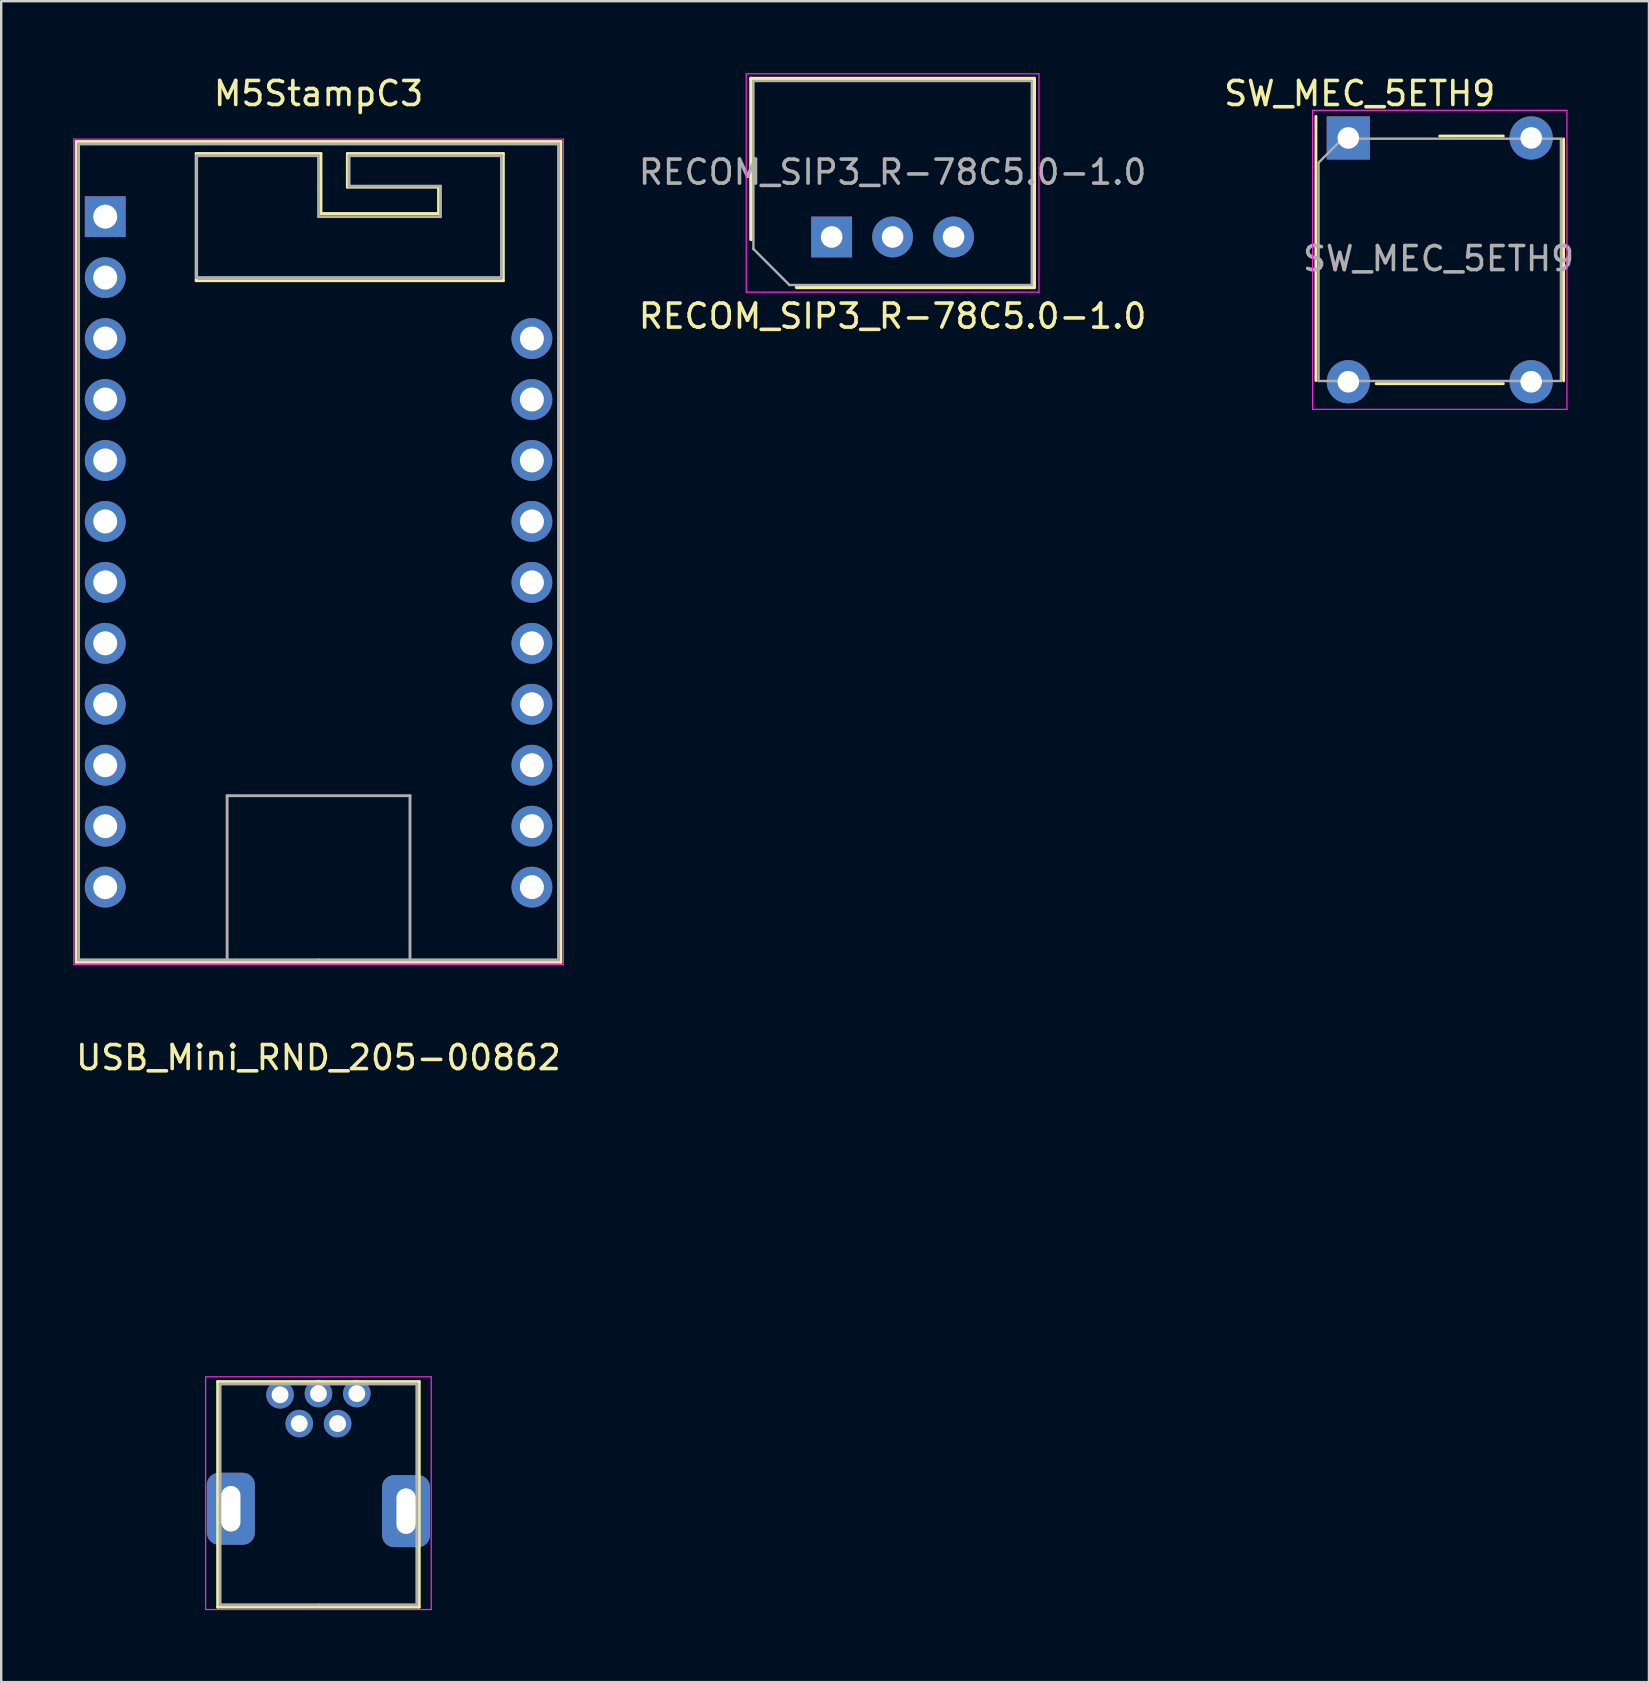
<source format=kicad_pcb>
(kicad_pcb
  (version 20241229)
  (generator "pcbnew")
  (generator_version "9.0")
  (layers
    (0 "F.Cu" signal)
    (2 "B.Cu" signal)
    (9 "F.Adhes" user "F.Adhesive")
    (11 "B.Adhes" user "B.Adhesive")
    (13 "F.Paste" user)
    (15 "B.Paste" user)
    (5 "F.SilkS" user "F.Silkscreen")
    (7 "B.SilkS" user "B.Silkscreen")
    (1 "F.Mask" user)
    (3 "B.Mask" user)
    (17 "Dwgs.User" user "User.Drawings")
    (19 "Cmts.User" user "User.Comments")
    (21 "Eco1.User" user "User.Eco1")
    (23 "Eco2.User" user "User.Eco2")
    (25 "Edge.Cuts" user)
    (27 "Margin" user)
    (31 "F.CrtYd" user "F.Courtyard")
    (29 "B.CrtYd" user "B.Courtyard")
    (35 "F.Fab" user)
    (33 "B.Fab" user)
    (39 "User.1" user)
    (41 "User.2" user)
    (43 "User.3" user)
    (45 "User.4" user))
  (footprint "SW_MEC_5ETH9"
    (layer "F.Cu")
    (at 53.136 2.698)
    (property "Reference" "SW_MEC_5ETH9" (at 0.475 -1.85 180) (layer "F.SilkS") (effects (font (size 1 1) (thickness 0.15))))
    (attr through_hole)
    (fp_line (start -1.35 -0.9) (end -1.35 10.11) (stroke (width 0.12) (type solid)) (layer "F.SilkS"))
    (fp_line (start 1.16 10.24) (end 6.46 10.24) (stroke (width 0.12) (type solid)) (layer "F.SilkS"))
    (fp_line (start 6.46 -0.08) (end 3.81 -0.08) (stroke (width 0.12) (type solid)) (layer "F.SilkS"))
    (fp_line (start 8.97 0.04) (end 8.97 10.12) (stroke (width 0.12) (type solid)) (layer "F.SilkS"))
    (fp_line (start -1.49 -1.15) (end 9.11 -1.15) (stroke (width 0.05) (type solid)) (layer "F.CrtYd"))
    (fp_line (start -1.49 11.3) (end -1.49 -1.15) (stroke (width 0.05) (type solid)) (layer "F.CrtYd"))
    (fp_line (start 9.11 -1.15) (end 9.11 11.31) (stroke (width 0.05) (type solid)) (layer "F.CrtYd"))
    (fp_line (start 9.11 11.31) (end -1.49 11.31) (stroke (width 0.05) (type solid)) (layer "F.CrtYd"))
    (fp_line (start -1.24 10.13) (end -1.24 1.03) (stroke (width 0.1) (type solid)) (layer "F.Fab"))
    (fp_line (start -0.24 0.03) (end -1.24 1.03) (stroke (width 0.1) (type solid)) (layer "F.Fab"))
    (fp_line (start -0.24 0.03) (end 8.86 0.03) (stroke (width 0.1) (type solid)) (layer "F.Fab"))
    (fp_line (start 8.86 0.03) (end 8.86 10.13) (stroke (width 0.1) (type solid)) (layer "F.Fab"))
    (fp_line (start 8.86 10.13) (end -1.24 10.13) (stroke (width 0.1) (type solid)) (layer "F.Fab"))
    (fp_text user "${REFERENCE}" (at 3.76 5.03 180) (layer "F.Fab") (effects (font (size 1 1) (thickness 0.15))))
    (pad "1" thru_hole rect (at 0 0 90) (size 1.8 1.8) (drill 0.9) (layers "*.Cu" "*.Mask"))
    (pad "1" thru_hole circle (at 0 10.16 90) (size 1.8 1.8) (drill 0.9) (layers "*.Cu" "*.Mask"))
    (pad "2" thru_hole circle (at 7.62 0 90) (size 1.8 1.8) (drill 0.9) (layers "*.Cu" "*.Mask"))
    (pad "2" thru_hole circle (at 7.62 10.16 90) (size 1.8 1.8) (drill 0.9) (layers "*.Cu" "*.Mask")))
  (footprint "RECOM_SIP3_R-78C5.0-1.0"
    (layer "F.Cu")
    (at 31.606 6.825)
    (property "Reference" "RECOM_SIP3_R-78C5.0-1.0" (at 2.54 3.3 180) (layer "F.SilkS") (effects (font (size 1 1) (thickness 0.15))))
    (attr through_hole)
    (fp_line (start -3.36 -6.6) (end 8.44 -6.6) (stroke (width 0.15) (type solid)) (layer "F.SilkS"))
    (fp_line (start -3.36 0.1) (end -3.36 -6.6) (stroke (width 0.15) (type solid)) (layer "F.SilkS"))
    (fp_line (start -1.46 2.1) (end 8.44 2.1) (stroke (width 0.15) (type solid)) (layer "F.SilkS"))
    (fp_line (start 8.44 -6.6) (end 8.44 2.1) (stroke (width 0.15) (type solid)) (layer "F.SilkS"))
    (fp_line (start -3.56 2.3) (end -3.56 -6.8) (stroke (width 0.05) (type solid)) (layer "F.CrtYd"))
    (fp_line (start 8.64 -6.8) (end -3.56 -6.8) (stroke (width 0.05) (type solid)) (layer "F.CrtYd"))
    (fp_line (start 8.64 2.3) (end -3.56 2.3) (stroke (width 0.05) (type solid)) (layer "F.CrtYd"))
    (fp_line (start 8.64 2.3) (end 8.64 -6.8) (stroke (width 0.05) (type solid)) (layer "F.CrtYd"))
    (fp_line (start -3.26 -6.5) (end -3.26 0.5) (stroke (width 0.1) (type solid)) (layer "F.Fab"))
    (fp_line (start -3.26 0.5) (end -1.76 2) (stroke (width 0.1) (type solid)) (layer "F.Fab"))
    (fp_line (start 8.34 -6.5) (end -3.26 -6.5) (stroke (width 0.1) (type solid)) (layer "F.Fab"))
    (fp_line (start 8.34 2) (end -1.76 2) (stroke (width 0.1) (type solid)) (layer "F.Fab"))
    (fp_line (start 8.34 2) (end 8.34 -6.5) (stroke (width 0.1) (type solid)) (layer "F.Fab"))
    (fp_text user "${REFERENCE}" (at 2.54 -2.7 180) (layer "F.Fab") (effects (font (size 1 1) (thickness 0.15))))
    (pad "1" thru_hole rect (at 0 0 270) (size 1.7 1.7) (drill 0.9) (layers "*.Cu" "*.Mask"))
    (pad "2" thru_hole circle (at 2.54 0 180) (size 1.7 1.7) (drill 0.9) (layers "*.Cu" "*.Mask"))
    (pad "3" thru_hole circle (at 5.08 0 270) (size 1.7 1.7) (drill 0.9) (layers "*.Cu" "*.Mask")))
  (footprint "USB_Mini_RND_205-00862"
    (layer "F.Cu")
    (at 10.22 59.822)
    (property "Reference" "USB_Mini_RND_205-00862" (at 0 -18.8 0) (layer "F.SilkS") (effects (font (size 1 1) (thickness 0.15))))
    (attr through_hole)
    (fp_line (start -4.2 -5.3) (end -4.2 4.1) (stroke (width 0.12) (type solid)) (layer "F.SilkS"))
    (fp_line (start -4.2 4.1) (end 4.2 4.1) (stroke (width 0.12) (type solid)) (layer "F.SilkS"))
    (fp_line (start 4.2 -5.3) (end -4.2 -5.3) (stroke (width 0.12) (type solid)) (layer "F.SilkS"))
    (fp_line (start 4.2 4.1) (end 4.2 -5.3) (stroke (width 0.12) (type solid)) (layer "F.SilkS"))
    (fp_line (start -4.7 -5.5) (end 4.7 -5.5) (stroke (width 0.05) (type solid)) (layer "F.CrtYd"))
    (fp_line (start -4.7 4.2) (end -4.7 -5.5) (stroke (width 0.05) (type solid)) (layer "F.CrtYd"))
    (fp_line (start 4.7 -5.5) (end 4.7 4.2) (stroke (width 0.05) (type solid)) (layer "F.CrtYd"))
    (fp_line (start 4.7 4.2) (end -4.7 4.2) (stroke (width 0.05) (type solid)) (layer "F.CrtYd"))
    (fp_line (start -4.1 -5.2) (end -4.1 4) (stroke (width 0.12) (type solid)) (layer "F.Fab"))
    (fp_line (start -4.1 4) (end 0 4) (stroke (width 0.12) (type solid)) (layer "F.Fab"))
    (fp_line (start 0 4) (end 4.1 4) (stroke (width 0.12) (type solid)) (layer "F.Fab"))
    (fp_line (start 4.1 -5.2) (end -4.1 -5.2) (stroke (width 0.12) (type solid)) (layer "F.Fab"))
    (fp_line (start 4.1 4) (end 4.1 -5.2) (stroke (width 0.12) (type solid)) (layer "F.Fab"))
    (pad "1" thru_hole circle (at -1.6 -4.75) (size 1.15 1.15) (drill 0.7) (layers "*.Cu" "*.Mask"))
    (pad "2" thru_hole circle (at -0.8 -3.55) (size 1.15 1.15) (drill 0.7) (layers "*.Cu" "*.Mask"))
    (pad "3" thru_hole circle (at 0 -4.8) (size 1.15 1.15) (drill 0.7) (layers "*.Cu" "*.Mask"))
    (pad "4" thru_hole circle (at 0.8 -3.55) (size 1.15 1.15) (drill 0.7) (layers "*.Cu" "*.Mask"))
    (pad "5" thru_hole circle (at 1.6 -4.8) (size 1.15 1.15) (drill 0.7) (layers "*.Cu" "*.Mask"))
    (pad "6" thru_hole roundrect (at -3.65 0) (size 2 3) (drill oval 0.8 1.9) (layers "*.Cu" "*.Mask") (roundrect_rratio 0.25))
    (pad "6" thru_hole roundrect (at 3.65 0.1) (size 2 3) (drill oval 0.8 1.9) (layers "*.Cu" "*.Mask") (roundrect_rratio 0.25)))
  (footprint "M5StampC3"
    (layer "F.Cu")
    (at 10.225 19.948)
    (property "Reference" "M5StampC3" (at 0 -19.1 0) (layer "F.SilkS") (effects (font (size 1 1) (thickness 0.15))))
    (attr through_hole)
    (fp_line (start -10.1 -17.1) (end 10.1 -17.1) (stroke (width 0.12) (type solid)) (layer "F.SilkS"))
    (fp_line (start -10.1 17.1) (end -10.1 -17.1) (stroke (width 0.12) (type solid)) (layer "F.SilkS"))
    (fp_line (start -5.1 -16.6) (end 0.1 -16.6) (stroke (width 0.12) (type solid)) (layer "F.SilkS"))
    (fp_line (start -5.1 -11.3) (end -5.1 -16.6) (stroke (width 0.12) (type solid)) (layer "F.SilkS"))
    (fp_line (start 0.1 -16.6) (end 0.1 -14.1) (stroke (width 0.12) (type solid)) (layer "F.SilkS"))
    (fp_line (start 0.1 -14.1) (end 5 -14.1) (stroke (width 0.12) (type solid)) (layer "F.SilkS"))
    (fp_line (start 1.2 -16.6) (end 7.7 -16.6) (stroke (width 0.12) (type solid)) (layer "F.SilkS"))
    (fp_line (start 1.2 -15.2) (end 1.2 -16.6) (stroke (width 0.12) (type solid)) (layer "F.SilkS"))
    (fp_line (start 5 -15.2) (end 1.2 -15.2) (stroke (width 0.12) (type solid)) (layer "F.SilkS"))
    (fp_line (start 5 -14.1) (end 5 -15.2) (stroke (width 0.12) (type solid)) (layer "F.SilkS"))
    (fp_line (start 7.7 -16.6) (end 7.7 -11.3) (stroke (width 0.12) (type solid)) (layer "F.SilkS"))
    (fp_line (start 7.7 -11.3) (end -5.1 -11.3) (stroke (width 0.12) (type solid)) (layer "F.SilkS"))
    (fp_line (start 10.1 -17.1) (end 10.1 17.1) (stroke (width 0.12) (type solid)) (layer "F.SilkS"))
    (fp_line (start 10.1 17.1) (end -10.1 17.1) (stroke (width 0.12) (type solid)) (layer "F.SilkS"))
    (fp_line (start -10.2 -17.2) (end 10.2 -17.2) (stroke (width 0.05) (type solid)) (layer "F.CrtYd"))
    (fp_line (start -10.2 17.2) (end -10.2 -17.2) (stroke (width 0.05) (type solid)) (layer "F.CrtYd"))
    (fp_line (start 10.2 -17.2) (end 10.2 17.2) (stroke (width 0.05) (type solid)) (layer "F.CrtYd"))
    (fp_line (start 10.2 17.2) (end -10.2 17.2) (stroke (width 0.05) (type solid)) (layer "F.CrtYd"))
    (fp_line (start -10 -17) (end 10 -17) (stroke (width 0.12) (type solid)) (layer "F.Fab"))
    (fp_line (start -10 17) (end -10 -17) (stroke (width 0.12) (type solid)) (layer "F.Fab"))
    (fp_line (start -5.08 -16.51) (end -5.08 -11.43) (stroke (width 0.12) (type solid)) (layer "F.Fab"))
    (fp_line (start -5.08 -16.51) (end 0 -16.51) (stroke (width 0.12) (type solid)) (layer "F.Fab"))
    (fp_line (start -5.08 -11.43) (end 7.62 -11.43) (stroke (width 0.12) (type solid)) (layer "F.Fab"))
    (fp_line (start -3.81 10.16) (end 3.81 10.16) (stroke (width 0.12) (type solid)) (layer "F.Fab"))
    (fp_line (start -3.81 17) (end -3.81 10.16) (stroke (width 0.12) (type solid)) (layer "F.Fab"))
    (fp_line (start 0 -16.51) (end 0 -15.24) (stroke (width 0.12) (type solid)) (layer "F.Fab"))
    (fp_line (start 0 -15.24) (end 0 -13.97) (stroke (width 0.12) (type solid)) (layer "F.Fab"))
    (fp_line (start 0 -13.97) (end 5.08 -13.97) (stroke (width 0.12) (type solid)) (layer "F.Fab"))
    (fp_line (start 0 17) (end -10 17) (stroke (width 0.12) (type solid)) (layer "F.Fab"))
    (fp_line (start 1.27 -16.51) (end 7.62 -16.51) (stroke (width 0.12) (type solid)) (layer "F.Fab"))
    (fp_line (start 1.27 -15.24) (end 1.27 -16.51) (stroke (width 0.12) (type solid)) (layer "F.Fab"))
    (fp_line (start 3.81 10.16) (end 3.81 17) (stroke (width 0.12) (type solid)) (layer "F.Fab"))
    (fp_line (start 5.08 -15.24) (end 1.27 -15.24) (stroke (width 0.12) (type solid)) (layer "F.Fab"))
    (fp_line (start 5.08 -13.97) (end 5.08 -15.24) (stroke (width 0.12) (type solid)) (layer "F.Fab"))
    (fp_line (start 7.62 -11.43) (end 7.62 -16.51) (stroke (width 0.12) (type solid)) (layer "F.Fab"))
    (fp_line (start 10 -17) (end 10 17) (stroke (width 0.12) (type solid)) (layer "F.Fab"))
    (fp_line (start 10 17) (end 0 17) (stroke (width 0.12) (type solid)) (layer "F.Fab"))
    (pad "1" thru_hole rect (at -8.89 -13.97) (size 1.7 1.7) (drill 1) (layers "*.Cu" "*.Mask"))
    (pad "2" thru_hole circle (at -8.89 -11.43) (size 1.7 1.7) (drill 1) (layers "*.Cu" "*.Mask"))
    (pad "3" thru_hole circle (at -8.89 -8.89) (size 1.7 1.7) (drill 1) (layers "*.Cu" "*.Mask"))
    (pad "4" thru_hole circle (at -8.89 -6.35) (size 1.7 1.7) (drill 1) (layers "*.Cu" "*.Mask"))
    (pad "5" thru_hole circle (at -8.89 -3.81) (size 1.7 1.7) (drill 1) (layers "*.Cu" "*.Mask"))
    (pad "6" thru_hole circle (at -8.89 -1.27) (size 1.7 1.7) (drill 1) (layers "*.Cu" "*.Mask"))
    (pad "7" thru_hole circle (at -8.89 1.27) (size 1.7 1.7) (drill 1) (layers "*.Cu" "*.Mask"))
    (pad "8" thru_hole circle (at -8.89 3.81) (size 1.7 1.7) (drill 1) (layers "*.Cu" "*.Mask"))
    (pad "9" thru_hole circle (at -8.89 6.35) (size 1.7 1.7) (drill 1) (layers "*.Cu" "*.Mask"))
    (pad "10" thru_hole circle (at -8.89 8.89) (size 1.7 1.7) (drill 1) (layers "*.Cu" "*.Mask"))
    (pad "11" thru_hole circle (at -8.89 11.43) (size 1.7 1.7) (drill 1) (layers "*.Cu" "*.Mask"))
    (pad "12" thru_hole circle (at -8.89 13.97) (size 1.7 1.7) (drill 1) (layers "*.Cu" "*.Mask"))
    (pad "13" thru_hole circle (at 8.89 13.97) (size 1.7 1.7) (drill 1) (layers "*.Cu" "*.Mask"))
    (pad "14" thru_hole circle (at 8.89 11.43) (size 1.7 1.7) (drill 1) (layers "*.Cu" "*.Mask"))
    (pad "15" thru_hole circle (at 8.89 8.89) (size 1.7 1.7) (drill 1) (layers "*.Cu" "*.Mask"))
    (pad "16" thru_hole circle (at 8.89 6.35) (size 1.7 1.7) (drill 1) (layers "*.Cu" "*.Mask"))
    (pad "17" thru_hole circle (at 8.89 3.81) (size 1.7 1.7) (drill 1) (layers "*.Cu" "*.Mask"))
    (pad "18" thru_hole circle (at 8.89 1.27) (size 1.7 1.7) (drill 1) (layers "*.Cu" "*.Mask"))
    (pad "19" thru_hole circle (at 8.89 -1.27) (size 1.7 1.7) (drill 1) (layers "*.Cu" "*.Mask"))
    (pad "20" thru_hole circle (at 8.89 -3.81) (size 1.7 1.7) (drill 1) (layers "*.Cu" "*.Mask"))
    (pad "21" thru_hole circle (at 8.89 -6.35) (size 1.7 1.7) (drill 1) (layers "*.Cu" "*.Mask"))
    (pad "22" thru_hole circle (at 8.89 -8.89) (size 1.7 1.7) (drill 1) (layers "*.Cu" "*.Mask")))
  (gr_rect
    (start -3 -3)
    (end 65.664 67.046)
    (stroke (width 0.1) (type default))
    (fill no)
    (layer "Edge.Cuts")))
</source>
